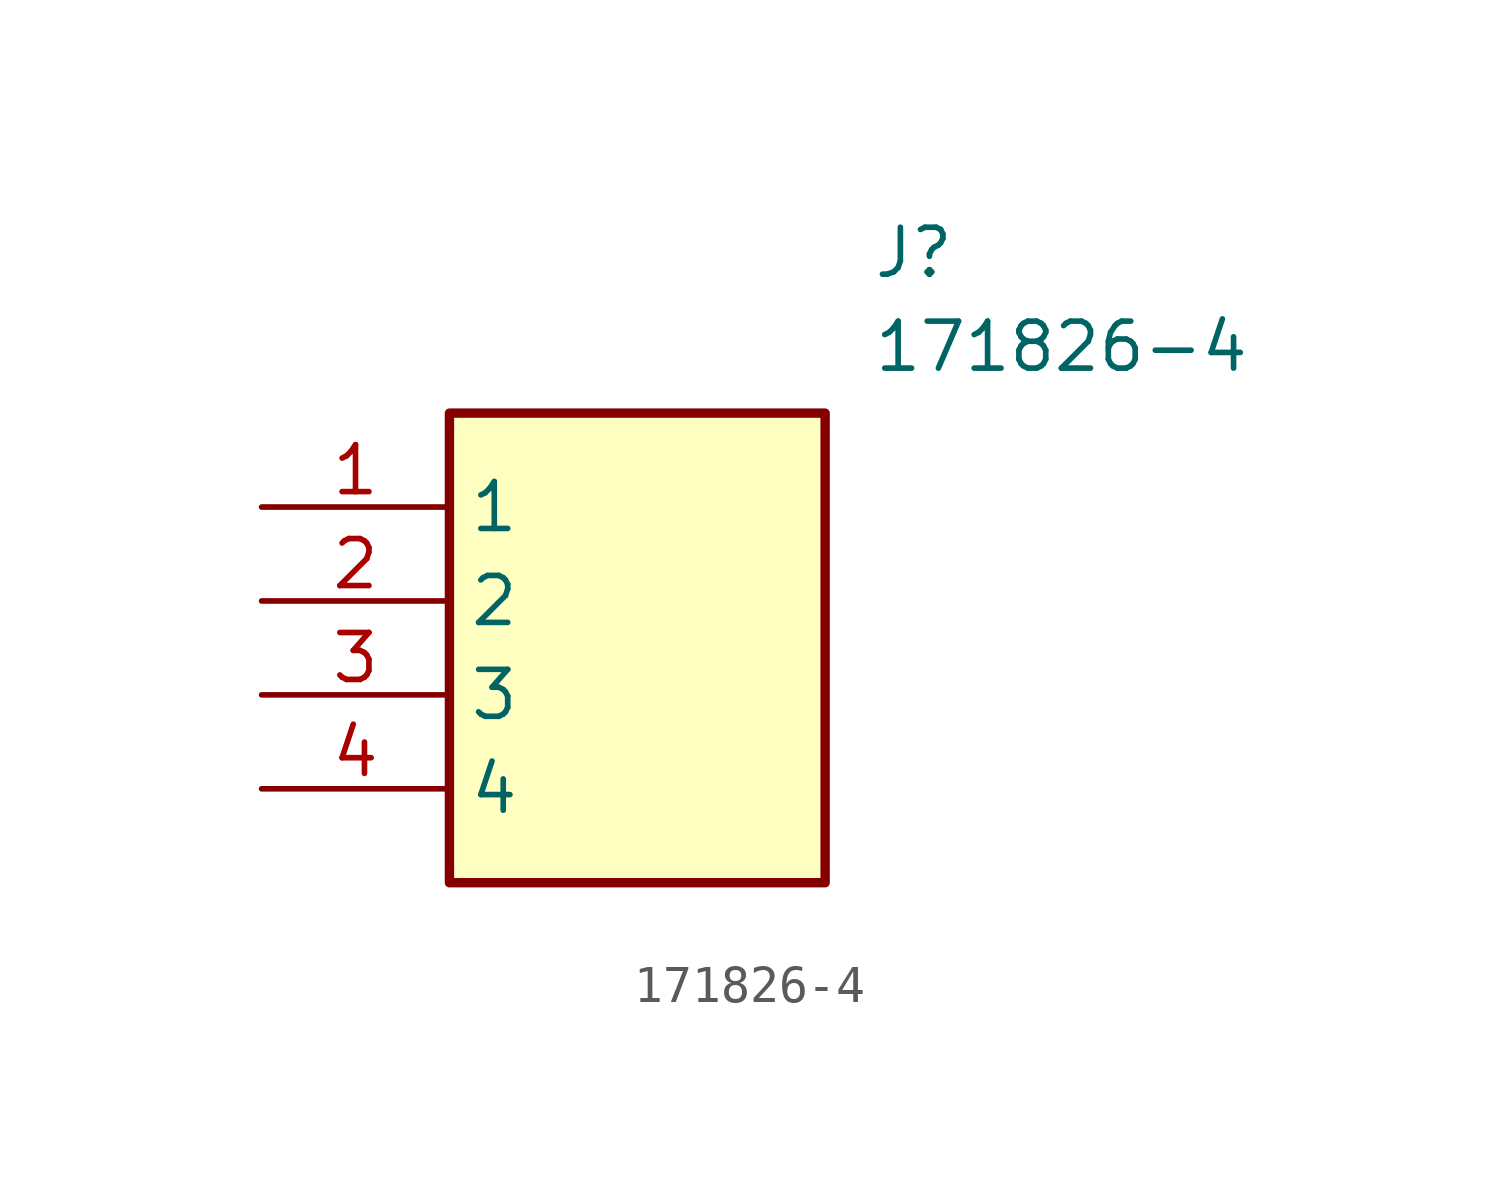
<source format=kicad_sym>
(kicad_symbol_lib
  (version 20211014)
  (generator SamacSys_ECAD_Model)
  (symbol "171826-4"
    (property "Reference" "J"
      (at 16.51 7.62 0)
      (effects (font (size 1.27 1.27)) (justify left top)))
    (property "Value" "171826-4"
      (at 16.51 5.08 0)
      (effects (font (size 1.27 1.27)) (justify left top)))
    (rectangle
      (start 5.08 2.54)
      (end 15.24 -10.16)
      (stroke (width 0.254) (type default))
      (fill (type background)))
    (pin passive line
      (at 0 0 0)
      (length 5.08)
      (name "1" (effects (font (size 1.27 1.27))))
      (number "1" (effects (font (size 1.27 1.27)))))
    (pin passive line
      (at 0 -2.54 0)
      (length 5.08)
      (name "2" (effects (font (size 1.27 1.27))))
      (number "2" (effects (font (size 1.27 1.27)))))
    (pin passive line
      (at 0 -5.08 0)
      (length 5.08)
      (name "3" (effects (font (size 1.27 1.27))))
      (number "3" (effects (font (size 1.27 1.27)))))
    (pin passive line
      (at 0 -7.62 0)
      (length 5.08)
      (name "4" (effects (font (size 1.27 1.27))))
      (number "4" (effects (font (size 1.27 1.27)))))))
</source>
